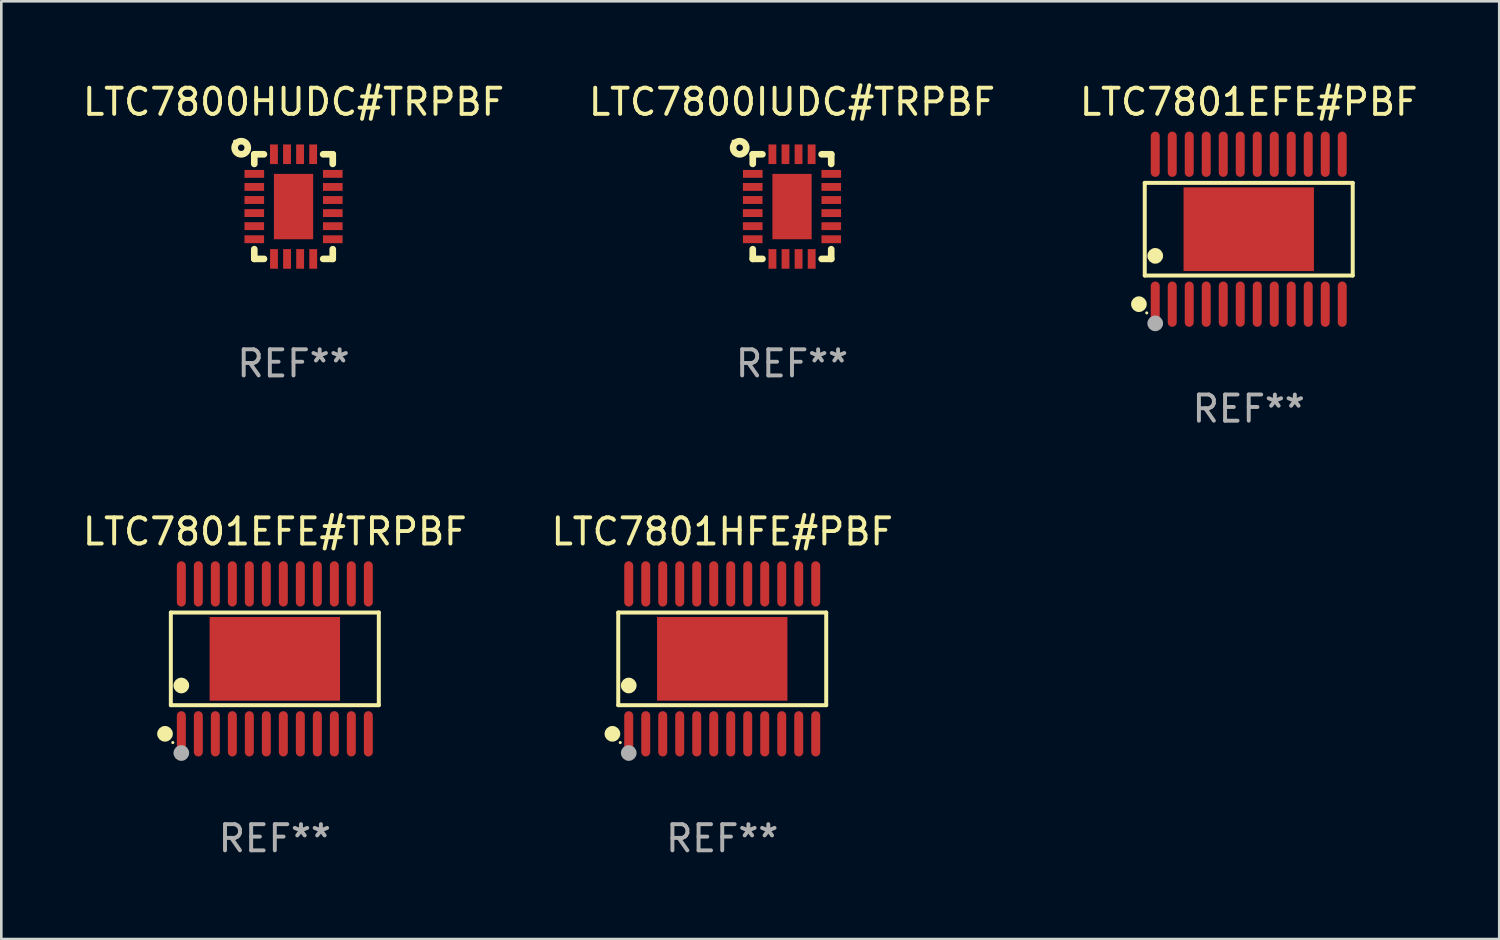
<source format=kicad_pcb>
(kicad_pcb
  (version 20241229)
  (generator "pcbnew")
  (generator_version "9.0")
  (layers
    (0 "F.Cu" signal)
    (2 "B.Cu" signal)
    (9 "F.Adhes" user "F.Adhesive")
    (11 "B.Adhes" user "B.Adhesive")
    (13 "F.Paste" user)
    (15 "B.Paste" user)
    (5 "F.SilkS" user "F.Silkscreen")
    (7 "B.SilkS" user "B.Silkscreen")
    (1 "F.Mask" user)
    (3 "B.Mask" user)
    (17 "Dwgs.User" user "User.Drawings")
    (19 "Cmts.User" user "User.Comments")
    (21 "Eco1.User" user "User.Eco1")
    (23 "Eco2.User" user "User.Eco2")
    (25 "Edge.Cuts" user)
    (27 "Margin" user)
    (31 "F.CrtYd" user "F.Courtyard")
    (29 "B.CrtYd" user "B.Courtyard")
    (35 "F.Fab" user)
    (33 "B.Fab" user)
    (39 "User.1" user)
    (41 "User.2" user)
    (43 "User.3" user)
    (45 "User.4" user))
  (footprint "LTC7800HUDC#TRPBF"
    (layer "F.Cu")
    (at 8.173 4.849)
    (property "Reference" "LTC7800HUDC#TRPBF" (at 0 -4.001 0) (layer "F.SilkS") (effects (font (size 1 1) (thickness 0.15))))
    (attr through_hole)
    (fp_line (start -1.5 -2) (end -1.5 -1.632) (stroke (width 0.254) (type solid)) (layer "F.SilkS"))
    (fp_line (start -1.5 1.629) (end -1.5 2) (stroke (width 0.254) (type solid)) (layer "F.SilkS"))
    (fp_line (start -1.5 2) (end -1.128 2) (stroke (width 0.254) (type solid)) (layer "F.SilkS"))
    (fp_line (start -1.13 -2) (end -1.5 -2) (stroke (width 0.254) (type solid)) (layer "F.SilkS"))
    (fp_line (start 1.134 2) (end 1.5 2) (stroke (width 0.254) (type solid)) (layer "F.SilkS"))
    (fp_line (start 1.5 -2) (end 1.132 -2) (stroke (width 0.254) (type solid)) (layer "F.SilkS"))
    (fp_line (start 1.5 -2) (end 1.5 -1.632) (stroke (width 0.254) (type solid)) (layer "F.SilkS"))
    (fp_line (start 1.5 1.63) (end 1.5 2) (stroke (width 0.254) (type solid)) (layer "F.SilkS"))
    (fp_circle (center -2.252 -2.502) (end -2.222 -2.502) (stroke (width 0.06) (type solid)) (fill no) (layer "F.SilkS"))
    (fp_circle (center -2 -2.25) (end -1.875 -2.25) (stroke (width 0.254) (type solid)) (fill no) (layer "F.SilkS"))
    (fp_text user "REF**" (at 0 6.001 0) (layer "F.Fab") (effects (font (size 1 1) (thickness 0.15))))
    (pad "1" smd rect (at -1.499 -1.251 90) (size 0.3 0.75) (layers "F.Cu" "F.Mask" "F.Paste"))
    (pad "2" smd rect (at -1.501 -0.752 90) (size 0.3 0.75) (layers "F.Cu" "F.Mask" "F.Paste"))
    (pad "3" smd rect (at -1.501 -0.252 90) (size 0.3 0.75) (layers "F.Cu" "F.Mask" "F.Paste"))
    (pad "4" smd rect (at -1.501 0.248 90) (size 0.3 0.75) (layers "F.Cu" "F.Mask" "F.Paste"))
    (pad "5" smd rect (at -1.501 0.748 90) (size 0.3 0.75) (layers "F.Cu" "F.Mask" "F.Paste"))
    (pad "6" smd rect (at -1.501 1.248 90) (size 0.3 0.75) (layers "F.Cu" "F.Mask" "F.Paste"))
    (pad "7" smd rect (at -0.747 2.001 180) (size 0.3 0.75) (layers "F.Cu" "F.Mask" "F.Paste"))
    (pad "8" smd rect (at -0.247 2.001 180) (size 0.3 0.75) (layers "F.Cu" "F.Mask" "F.Paste"))
    (pad "9" smd rect (at 0.253 2.001 180) (size 0.3 0.75) (layers "F.Cu" "F.Mask" "F.Paste"))
    (pad "10" smd rect (at 0.753 2.001 180) (size 0.3 0.75) (layers "F.Cu" "F.Mask" "F.Paste"))
    (pad "11" smd rect (at 1.501 1.249 270) (size 0.3 0.75) (layers "F.Cu" "F.Mask" "F.Paste"))
    (pad "12" smd rect (at 1.501 0.749 270) (size 0.3 0.75) (layers "F.Cu" "F.Mask" "F.Paste"))
    (pad "13" smd rect (at 1.501 0.249 270) (size 0.3 0.75) (layers "F.Cu" "F.Mask" "F.Paste"))
    (pad "14" smd rect (at 1.501 -0.251 270) (size 0.3 0.75) (layers "F.Cu" "F.Mask" "F.Paste"))
    (pad "15" smd rect (at 1.501 -0.751 270) (size 0.3 0.75) (layers "F.Cu" "F.Mask" "F.Paste"))
    (pad "16" smd rect (at 1.501 -1.251 270) (size 0.3 0.75) (layers "F.Cu" "F.Mask" "F.Paste"))
    (pad "17" smd rect (at 0.751 -2.001) (size 0.3 0.75) (layers "F.Cu" "F.Mask" "F.Paste"))
    (pad "18" smd rect (at 0.251 -2.001) (size 0.3 0.75) (layers "F.Cu" "F.Mask" "F.Paste"))
    (pad "19" smd rect (at -0.249 -2.001) (size 0.3 0.75) (layers "F.Cu" "F.Mask" "F.Paste"))
    (pad "20" smd rect (at -0.749 -2.001) (size 0.3 0.75) (layers "F.Cu" "F.Mask" "F.Paste"))
    (pad "21" smd rect (at 0.001 -0.001) (size 1.5 2.5) (layers "F.Cu" "F.Mask" "F.Paste")))
  (footprint "LTC7801EFE#TRPBF"
    (layer "F.Cu")
    (at 7.458 22.142)
    (property "Reference" "LTC7801EFE#TRPBF" (at 0 -4.866 0) (layer "F.SilkS") (effects (font (size 1 1) (thickness 0.15))))
    (attr through_hole)
    (fp_line (start -3.976 -1.772) (end 3.976 -1.772) (stroke (width 0.152) (type solid)) (layer "F.SilkS"))
    (fp_line (start -3.976 1.771) (end -3.976 -1.772) (stroke (width 0.152) (type solid)) (layer "F.SilkS"))
    (fp_line (start 3.976 -1.772) (end 3.976 1.771) (stroke (width 0.152) (type solid)) (layer "F.SilkS"))
    (fp_line (start 3.976 1.771) (end -3.976 1.771) (stroke (width 0.152) (type solid)) (layer "F.SilkS"))
    (fp_circle (center -4.199 2.866) (end -4.049 2.866) (stroke (width 0.3) (type solid)) (fill no) (layer "F.SilkS"))
    (fp_circle (center -3.9 3.2) (end -3.87 3.2) (stroke (width 0.06) (type solid)) (fill no) (layer "F.SilkS"))
    (fp_circle (center -3.575 1.019) (end -3.425 1.019) (stroke (width 0.3) (type solid)) (fill no) (layer "F.SilkS"))
    (fp_circle (center -3.575 3.6) (end -3.425 3.6) (stroke (width 0.3) (type solid)) (fill no) (layer "F.Fab"))
    (fp_text user "REF**" (at 0 6.866 0) (layer "F.Fab") (effects (font (size 1 1) (thickness 0.15))))
    (pad "1" smd oval (at -3.575 2.866) (size 0.343 1.731) (layers "F.Cu" "F.Mask" "F.Paste"))
    (pad "2" smd oval (at -2.925 2.866) (size 0.343 1.731) (layers "F.Cu" "F.Mask" "F.Paste"))
    (pad "3" smd oval (at -2.275 2.866) (size 0.343 1.731) (layers "F.Cu" "F.Mask" "F.Paste"))
    (pad "4" smd oval (at -1.625 2.866) (size 0.343 1.731) (layers "F.Cu" "F.Mask" "F.Paste"))
    (pad "5" smd oval (at -0.975 2.866) (size 0.343 1.731) (layers "F.Cu" "F.Mask" "F.Paste"))
    (pad "6" smd oval (at -0.325 2.866) (size 0.343 1.731) (layers "F.Cu" "F.Mask" "F.Paste"))
    (pad "7" smd oval (at 0.325 2.866) (size 0.343 1.731) (layers "F.Cu" "F.Mask" "F.Paste"))
    (pad "8" smd oval (at 0.975 2.866) (size 0.343 1.731) (layers "F.Cu" "F.Mask" "F.Paste"))
    (pad "9" smd oval (at 1.625 2.866) (size 0.343 1.731) (layers "F.Cu" "F.Mask" "F.Paste"))
    (pad "10" smd oval (at 2.275 2.866) (size 0.343 1.731) (layers "F.Cu" "F.Mask" "F.Paste"))
    (pad "11" smd oval (at 2.925 2.866) (size 0.343 1.731) (layers "F.Cu" "F.Mask" "F.Paste"))
    (pad "12" smd oval (at 3.575 2.866) (size 0.343 1.731) (layers "F.Cu" "F.Mask" "F.Paste"))
    (pad "13" smd oval (at 3.575 -2.866) (size 0.343 1.731) (layers "F.Cu" "F.Mask" "F.Paste"))
    (pad "14" smd oval (at 2.925 -2.866) (size 0.343 1.731) (layers "F.Cu" "F.Mask" "F.Paste"))
    (pad "15" smd oval (at 2.275 -2.866) (size 0.343 1.731) (layers "F.Cu" "F.Mask" "F.Paste"))
    (pad "16" smd oval (at 1.625 -2.866) (size 0.343 1.731) (layers "F.Cu" "F.Mask" "F.Paste"))
    (pad "17" smd oval (at 0.975 -2.866) (size 0.343 1.731) (layers "F.Cu" "F.Mask" "F.Paste"))
    (pad "18" smd oval (at 0.325 -2.866) (size 0.343 1.731) (layers "F.Cu" "F.Mask" "F.Paste"))
    (pad "19" smd oval (at -0.325 -2.866) (size 0.343 1.731) (layers "F.Cu" "F.Mask" "F.Paste"))
    (pad "20" smd oval (at -0.975 -2.866) (size 0.343 1.731) (layers "F.Cu" "F.Mask" "F.Paste"))
    (pad "21" smd oval (at -1.625 -2.866) (size 0.343 1.731) (layers "F.Cu" "F.Mask" "F.Paste"))
    (pad "22" smd oval (at -2.275 -2.866) (size 0.343 1.731) (layers "F.Cu" "F.Mask" "F.Paste"))
    (pad "23" smd oval (at -2.925 -2.866) (size 0.343 1.731) (layers "F.Cu" "F.Mask" "F.Paste"))
    (pad "24" smd oval (at -3.575 -2.866) (size 0.343 1.731) (layers "F.Cu" "F.Mask" "F.Paste"))
    (pad "25" smd rect (at 0 -0.000127) (size 4.985 3.2) (layers "F.Cu" "F.Mask" "F.Paste")))
  (footprint "LTC7801EFE#PBF"
    (layer "F.Cu")
    (at 44.696 5.714)
    (property "Reference" "LTC7801EFE#PBF" (at 0 -4.866 0) (layer "F.SilkS") (effects (font (size 1 1) (thickness 0.15))))
    (attr through_hole)
    (fp_line (start -3.976 -1.772) (end 3.976 -1.772) (stroke (width 0.152) (type solid)) (layer "F.SilkS"))
    (fp_line (start -3.976 1.771) (end -3.976 -1.772) (stroke (width 0.152) (type solid)) (layer "F.SilkS"))
    (fp_line (start 3.976 -1.772) (end 3.976 1.771) (stroke (width 0.152) (type solid)) (layer "F.SilkS"))
    (fp_line (start 3.976 1.771) (end -3.976 1.771) (stroke (width 0.152) (type solid)) (layer "F.SilkS"))
    (fp_circle (center -4.199 2.866) (end -4.049 2.866) (stroke (width 0.3) (type solid)) (fill no) (layer "F.SilkS"))
    (fp_circle (center -3.9 3.2) (end -3.87 3.2) (stroke (width 0.06) (type solid)) (fill no) (layer "F.SilkS"))
    (fp_circle (center -3.575 1.019) (end -3.425 1.019) (stroke (width 0.3) (type solid)) (fill no) (layer "F.SilkS"))
    (fp_circle (center -3.575 3.6) (end -3.425 3.6) (stroke (width 0.3) (type solid)) (fill no) (layer "F.Fab"))
    (fp_text user "REF**" (at 0 6.866 0) (layer "F.Fab") (effects (font (size 1 1) (thickness 0.15))))
    (pad "1" smd oval (at -3.575 2.866) (size 0.343 1.731) (layers "F.Cu" "F.Mask" "F.Paste"))
    (pad "2" smd oval (at -2.925 2.866) (size 0.343 1.731) (layers "F.Cu" "F.Mask" "F.Paste"))
    (pad "3" smd oval (at -2.275 2.866) (size 0.343 1.731) (layers "F.Cu" "F.Mask" "F.Paste"))
    (pad "4" smd oval (at -1.625 2.866) (size 0.343 1.731) (layers "F.Cu" "F.Mask" "F.Paste"))
    (pad "5" smd oval (at -0.975 2.866) (size 0.343 1.731) (layers "F.Cu" "F.Mask" "F.Paste"))
    (pad "6" smd oval (at -0.325 2.866) (size 0.343 1.731) (layers "F.Cu" "F.Mask" "F.Paste"))
    (pad "7" smd oval (at 0.325 2.866) (size 0.343 1.731) (layers "F.Cu" "F.Mask" "F.Paste"))
    (pad "8" smd oval (at 0.975 2.866) (size 0.343 1.731) (layers "F.Cu" "F.Mask" "F.Paste"))
    (pad "9" smd oval (at 1.625 2.866) (size 0.343 1.731) (layers "F.Cu" "F.Mask" "F.Paste"))
    (pad "10" smd oval (at 2.275 2.866) (size 0.343 1.731) (layers "F.Cu" "F.Mask" "F.Paste"))
    (pad "11" smd oval (at 2.925 2.866) (size 0.343 1.731) (layers "F.Cu" "F.Mask" "F.Paste"))
    (pad "12" smd oval (at 3.575 2.866) (size 0.343 1.731) (layers "F.Cu" "F.Mask" "F.Paste"))
    (pad "13" smd oval (at 3.575 -2.866) (size 0.343 1.731) (layers "F.Cu" "F.Mask" "F.Paste"))
    (pad "14" smd oval (at 2.925 -2.866) (size 0.343 1.731) (layers "F.Cu" "F.Mask" "F.Paste"))
    (pad "15" smd oval (at 2.275 -2.866) (size 0.343 1.731) (layers "F.Cu" "F.Mask" "F.Paste"))
    (pad "16" smd oval (at 1.625 -2.866) (size 0.343 1.731) (layers "F.Cu" "F.Mask" "F.Paste"))
    (pad "17" smd oval (at 0.975 -2.866) (size 0.343 1.731) (layers "F.Cu" "F.Mask" "F.Paste"))
    (pad "18" smd oval (at 0.325 -2.866) (size 0.343 1.731) (layers "F.Cu" "F.Mask" "F.Paste"))
    (pad "19" smd oval (at -0.325 -2.866) (size 0.343 1.731) (layers "F.Cu" "F.Mask" "F.Paste"))
    (pad "20" smd oval (at -0.975 -2.866) (size 0.343 1.731) (layers "F.Cu" "F.Mask" "F.Paste"))
    (pad "21" smd oval (at -1.625 -2.866) (size 0.343 1.731) (layers "F.Cu" "F.Mask" "F.Paste"))
    (pad "22" smd oval (at -2.275 -2.866) (size 0.343 1.731) (layers "F.Cu" "F.Mask" "F.Paste"))
    (pad "23" smd oval (at -2.925 -2.866) (size 0.343 1.731) (layers "F.Cu" "F.Mask" "F.Paste"))
    (pad "24" smd oval (at -3.575 -2.866) (size 0.343 1.731) (layers "F.Cu" "F.Mask" "F.Paste"))
    (pad "25" smd rect (at 0 -0.000127) (size 4.985 3.2) (layers "F.Cu" "F.Mask" "F.Paste")))
  (footprint "LTC7801HFE#PBF"
    (layer "F.Cu")
    (at 24.565 22.142)
    (property "Reference" "LTC7801HFE#PBF" (at 0 -4.866 0) (layer "F.SilkS") (effects (font (size 1 1) (thickness 0.15))))
    (attr through_hole)
    (fp_line (start -3.976 -1.772) (end 3.976 -1.772) (stroke (width 0.152) (type solid)) (layer "F.SilkS"))
    (fp_line (start -3.976 1.771) (end -3.976 -1.772) (stroke (width 0.152) (type solid)) (layer "F.SilkS"))
    (fp_line (start 3.976 -1.772) (end 3.976 1.771) (stroke (width 0.152) (type solid)) (layer "F.SilkS"))
    (fp_line (start 3.976 1.771) (end -3.976 1.771) (stroke (width 0.152) (type solid)) (layer "F.SilkS"))
    (fp_circle (center -4.199 2.866) (end -4.049 2.866) (stroke (width 0.3) (type solid)) (fill no) (layer "F.SilkS"))
    (fp_circle (center -3.9 3.2) (end -3.87 3.2) (stroke (width 0.06) (type solid)) (fill no) (layer "F.SilkS"))
    (fp_circle (center -3.575 1.019) (end -3.425 1.019) (stroke (width 0.3) (type solid)) (fill no) (layer "F.SilkS"))
    (fp_circle (center -3.575 3.6) (end -3.425 3.6) (stroke (width 0.3) (type solid)) (fill no) (layer "F.Fab"))
    (fp_text user "REF**" (at 0 6.866 0) (layer "F.Fab") (effects (font (size 1 1) (thickness 0.15))))
    (pad "1" smd oval (at -3.575 2.866) (size 0.343 1.731) (layers "F.Cu" "F.Mask" "F.Paste"))
    (pad "2" smd oval (at -2.925 2.866) (size 0.343 1.731) (layers "F.Cu" "F.Mask" "F.Paste"))
    (pad "3" smd oval (at -2.275 2.866) (size 0.343 1.731) (layers "F.Cu" "F.Mask" "F.Paste"))
    (pad "4" smd oval (at -1.625 2.866) (size 0.343 1.731) (layers "F.Cu" "F.Mask" "F.Paste"))
    (pad "5" smd oval (at -0.975 2.866) (size 0.343 1.731) (layers "F.Cu" "F.Mask" "F.Paste"))
    (pad "6" smd oval (at -0.325 2.866) (size 0.343 1.731) (layers "F.Cu" "F.Mask" "F.Paste"))
    (pad "7" smd oval (at 0.325 2.866) (size 0.343 1.731) (layers "F.Cu" "F.Mask" "F.Paste"))
    (pad "8" smd oval (at 0.975 2.866) (size 0.343 1.731) (layers "F.Cu" "F.Mask" "F.Paste"))
    (pad "9" smd oval (at 1.625 2.866) (size 0.343 1.731) (layers "F.Cu" "F.Mask" "F.Paste"))
    (pad "10" smd oval (at 2.275 2.866) (size 0.343 1.731) (layers "F.Cu" "F.Mask" "F.Paste"))
    (pad "11" smd oval (at 2.925 2.866) (size 0.343 1.731) (layers "F.Cu" "F.Mask" "F.Paste"))
    (pad "12" smd oval (at 3.575 2.866) (size 0.343 1.731) (layers "F.Cu" "F.Mask" "F.Paste"))
    (pad "13" smd oval (at 3.575 -2.866) (size 0.343 1.731) (layers "F.Cu" "F.Mask" "F.Paste"))
    (pad "14" smd oval (at 2.925 -2.866) (size 0.343 1.731) (layers "F.Cu" "F.Mask" "F.Paste"))
    (pad "15" smd oval (at 2.275 -2.866) (size 0.343 1.731) (layers "F.Cu" "F.Mask" "F.Paste"))
    (pad "16" smd oval (at 1.625 -2.866) (size 0.343 1.731) (layers "F.Cu" "F.Mask" "F.Paste"))
    (pad "17" smd oval (at 0.975 -2.866) (size 0.343 1.731) (layers "F.Cu" "F.Mask" "F.Paste"))
    (pad "18" smd oval (at 0.325 -2.866) (size 0.343 1.731) (layers "F.Cu" "F.Mask" "F.Paste"))
    (pad "19" smd oval (at -0.325 -2.866) (size 0.343 1.731) (layers "F.Cu" "F.Mask" "F.Paste"))
    (pad "20" smd oval (at -0.975 -2.866) (size 0.343 1.731) (layers "F.Cu" "F.Mask" "F.Paste"))
    (pad "21" smd oval (at -1.625 -2.866) (size 0.343 1.731) (layers "F.Cu" "F.Mask" "F.Paste"))
    (pad "22" smd oval (at -2.275 -2.866) (size 0.343 1.731) (layers "F.Cu" "F.Mask" "F.Paste"))
    (pad "23" smd oval (at -2.925 -2.866) (size 0.343 1.731) (layers "F.Cu" "F.Mask" "F.Paste"))
    (pad "24" smd oval (at -3.575 -2.866) (size 0.343 1.731) (layers "F.Cu" "F.Mask" "F.Paste"))
    (pad "25" smd rect (at 0 -0.000127) (size 4.985 3.2) (layers "F.Cu" "F.Mask" "F.Paste")))
  (footprint "LTC7800IUDC#TRPBF"
    (layer "F.Cu")
    (at 27.232 4.849)
    (property "Reference" "LTC7800IUDC#TRPBF" (at 0 -4.001 0) (layer "F.SilkS") (effects (font (size 1 1) (thickness 0.15))))
    (attr through_hole)
    (fp_line (start -1.5 -2) (end -1.5 -1.632) (stroke (width 0.254) (type solid)) (layer "F.SilkS"))
    (fp_line (start -1.5 1.629) (end -1.5 2) (stroke (width 0.254) (type solid)) (layer "F.SilkS"))
    (fp_line (start -1.5 2) (end -1.128 2) (stroke (width 0.254) (type solid)) (layer "F.SilkS"))
    (fp_line (start -1.13 -2) (end -1.5 -2) (stroke (width 0.254) (type solid)) (layer "F.SilkS"))
    (fp_line (start 1.134 2) (end 1.5 2) (stroke (width 0.254) (type solid)) (layer "F.SilkS"))
    (fp_line (start 1.5 -2) (end 1.132 -2) (stroke (width 0.254) (type solid)) (layer "F.SilkS"))
    (fp_line (start 1.5 -2) (end 1.5 -1.632) (stroke (width 0.254) (type solid)) (layer "F.SilkS"))
    (fp_line (start 1.5 1.63) (end 1.5 2) (stroke (width 0.254) (type solid)) (layer "F.SilkS"))
    (fp_circle (center -2.252 -2.502) (end -2.222 -2.502) (stroke (width 0.06) (type solid)) (fill no) (layer "F.SilkS"))
    (fp_circle (center -2 -2.25) (end -1.875 -2.25) (stroke (width 0.254) (type solid)) (fill no) (layer "F.SilkS"))
    (fp_text user "REF**" (at 0 6.001 0) (layer "F.Fab") (effects (font (size 1 1) (thickness 0.15))))
    (pad "1" smd rect (at -1.499 -1.251 90) (size 0.3 0.75) (layers "F.Cu" "F.Mask" "F.Paste"))
    (pad "2" smd rect (at -1.501 -0.752 90) (size 0.3 0.75) (layers "F.Cu" "F.Mask" "F.Paste"))
    (pad "3" smd rect (at -1.501 -0.252 90) (size 0.3 0.75) (layers "F.Cu" "F.Mask" "F.Paste"))
    (pad "4" smd rect (at -1.501 0.248 90) (size 0.3 0.75) (layers "F.Cu" "F.Mask" "F.Paste"))
    (pad "5" smd rect (at -1.501 0.748 90) (size 0.3 0.75) (layers "F.Cu" "F.Mask" "F.Paste"))
    (pad "6" smd rect (at -1.501 1.248 90) (size 0.3 0.75) (layers "F.Cu" "F.Mask" "F.Paste"))
    (pad "7" smd rect (at -0.747 2.001 180) (size 0.3 0.75) (layers "F.Cu" "F.Mask" "F.Paste"))
    (pad "8" smd rect (at -0.247 2.001 180) (size 0.3 0.75) (layers "F.Cu" "F.Mask" "F.Paste"))
    (pad "9" smd rect (at 0.253 2.001 180) (size 0.3 0.75) (layers "F.Cu" "F.Mask" "F.Paste"))
    (pad "10" smd rect (at 0.753 2.001 180) (size 0.3 0.75) (layers "F.Cu" "F.Mask" "F.Paste"))
    (pad "11" smd rect (at 1.501 1.249 270) (size 0.3 0.75) (layers "F.Cu" "F.Mask" "F.Paste"))
    (pad "12" smd rect (at 1.501 0.749 270) (size 0.3 0.75) (layers "F.Cu" "F.Mask" "F.Paste"))
    (pad "13" smd rect (at 1.501 0.249 270) (size 0.3 0.75) (layers "F.Cu" "F.Mask" "F.Paste"))
    (pad "14" smd rect (at 1.501 -0.251 270) (size 0.3 0.75) (layers "F.Cu" "F.Mask" "F.Paste"))
    (pad "15" smd rect (at 1.501 -0.751 270) (size 0.3 0.75) (layers "F.Cu" "F.Mask" "F.Paste"))
    (pad "16" smd rect (at 1.501 -1.251 270) (size 0.3 0.75) (layers "F.Cu" "F.Mask" "F.Paste"))
    (pad "17" smd rect (at 0.751 -2.001) (size 0.3 0.75) (layers "F.Cu" "F.Mask" "F.Paste"))
    (pad "18" smd rect (at 0.251 -2.001) (size 0.3 0.75) (layers "F.Cu" "F.Mask" "F.Paste"))
    (pad "19" smd rect (at -0.249 -2.001) (size 0.3 0.75) (layers "F.Cu" "F.Mask" "F.Paste"))
    (pad "20" smd rect (at -0.749 -2.001) (size 0.3 0.75) (layers "F.Cu" "F.Mask" "F.Paste"))
    (pad "21" smd rect (at 0.001 -0.001) (size 1.5 2.5) (layers "F.Cu" "F.Mask" "F.Paste")))
  (gr_rect
    (start -3 -3)
    (end 54.274 32.856)
    (stroke (width 0.1) (type default))
    (fill no)
    (layer "Edge.Cuts")))
</source>
